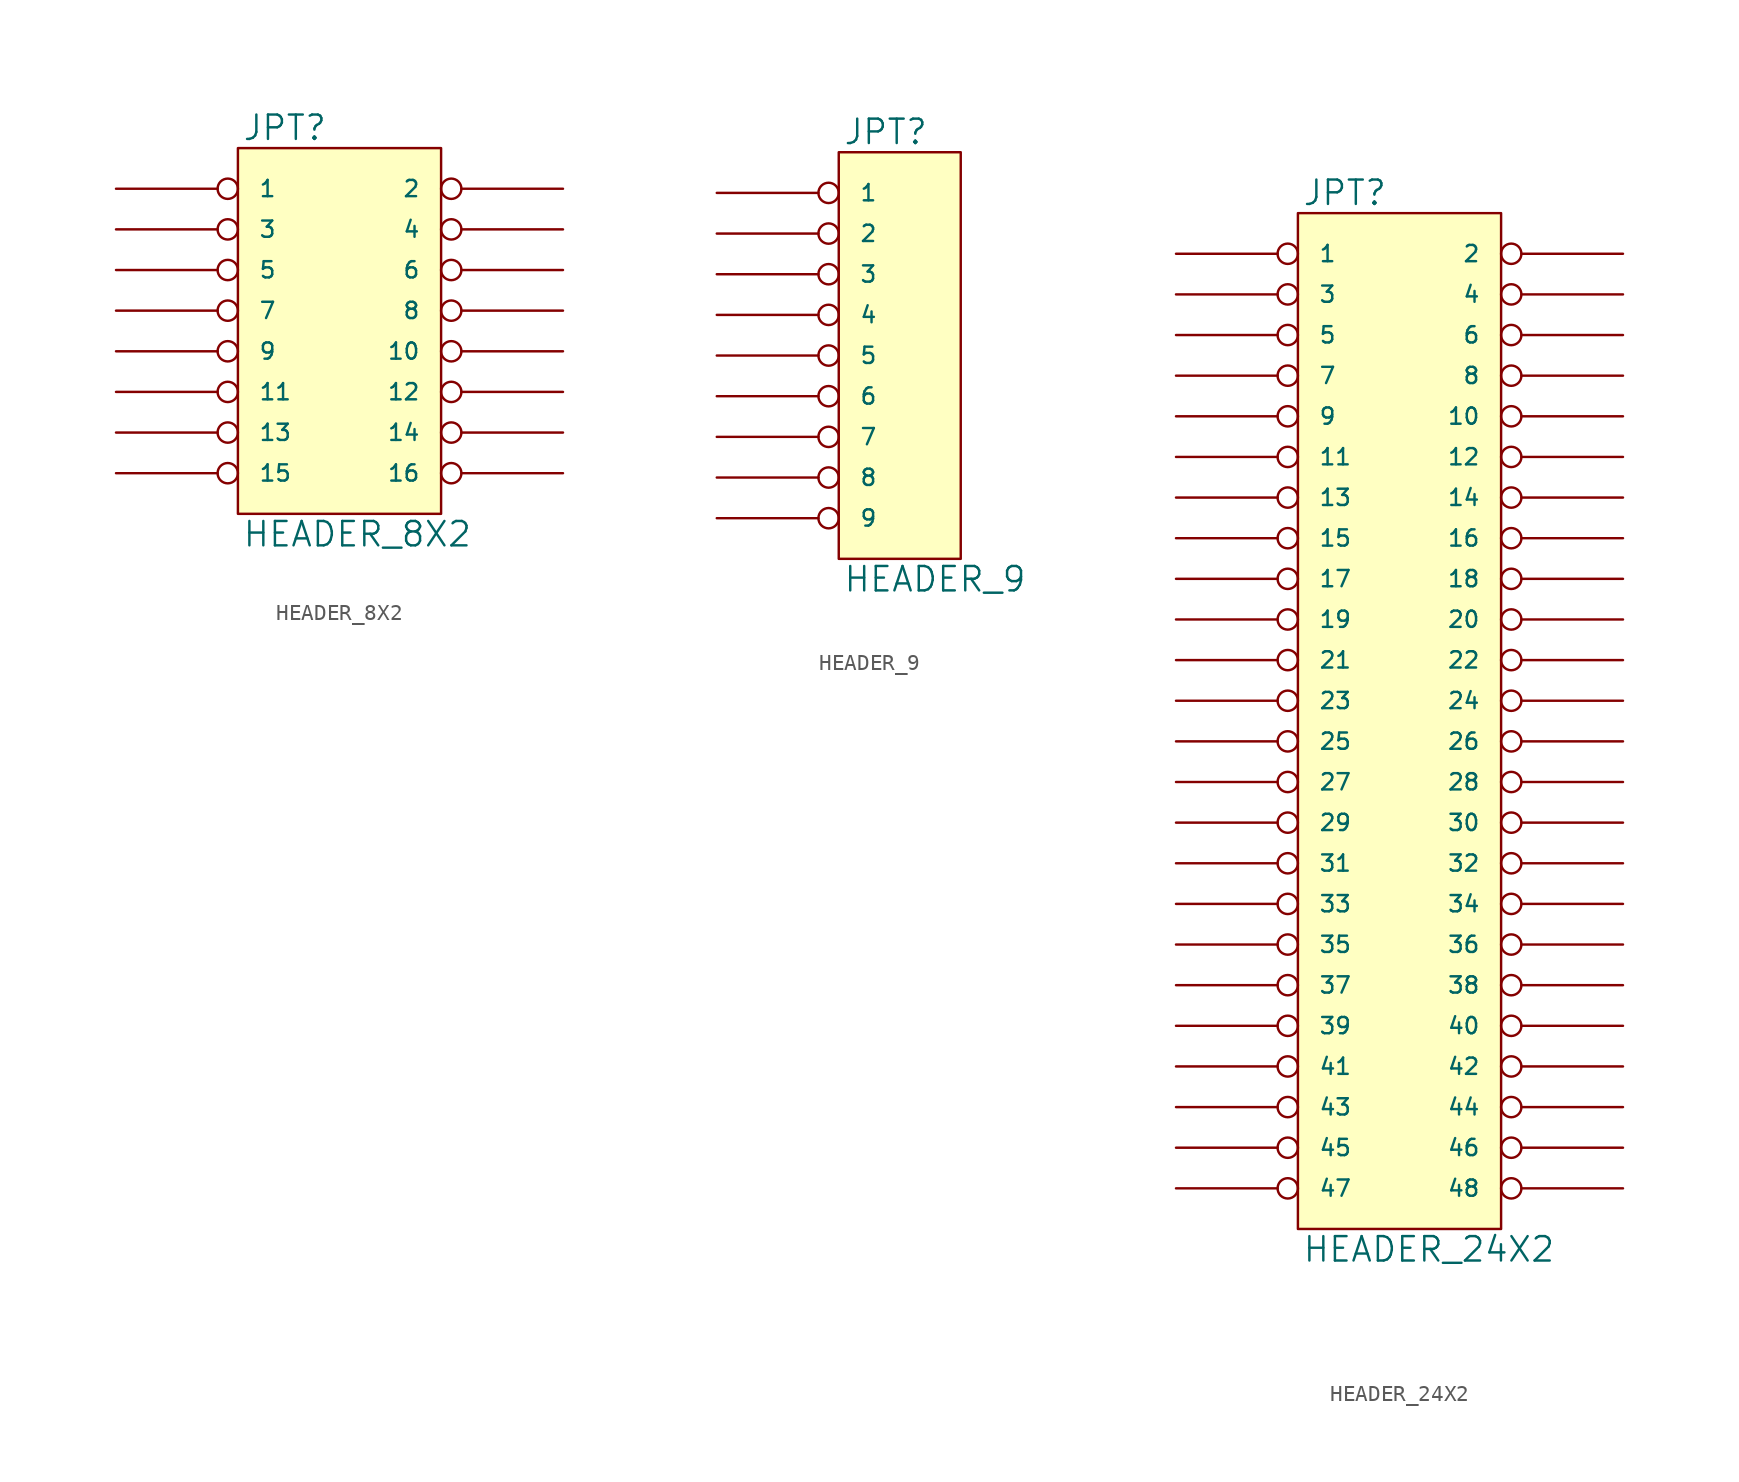
<source format=kicad_sym>
(kicad_symbol_lib
  (version 20231120)
  (generator "kicad_symbol_editor")
  (generator_version "8.0")
  (symbol "HEADER_8X2"
    (pin_names
      (offset 1.27))
    (property "Reference" "JPT"
      (at 0.254 0.381 0)
      (effects (font (size 1.524 1.524)) (justify left bottom)))
    (property "Value" "HEADER_8X2"
      (at 0.254 -23.241 0)
      (effects (font (size 1.524 1.524)) (justify left top)))
    (symbol "HEADER_8X2_0_1"
      (rectangle (start 0 0) (end 12.7 -22.86) (stroke (width 0) (type solid)) (fill (type background))))
    (symbol "HEADER_8X2_1_1"
      (pin passive inverted (at -7.62 -2.54 0) (length 7.62) (name "1" (effects (font (size 1.016 1.016)))) (number "~" (effects (font (size 1.27 1.27)))))
      (pin passive inverted (at 20.32 -12.7 180) (length 7.62) (name "10" (effects (font (size 1.016 1.016)))) (number "~" (effects (font (size 1.27 1.27)))))
      (pin passive inverted (at -7.62 -15.24 0) (length 7.62) (name "11" (effects (font (size 1.016 1.016)))) (number "~" (effects (font (size 1.27 1.27)))))
      (pin passive inverted (at 20.32 -15.24 180) (length 7.62) (name "12" (effects (font (size 1.016 1.016)))) (number "~" (effects (font (size 1.27 1.27)))))
      (pin passive inverted (at -7.62 -17.78 0) (length 7.62) (name "13" (effects (font (size 1.016 1.016)))) (number "~" (effects (font (size 1.27 1.27)))))
      (pin passive inverted (at 20.32 -17.78 180) (length 7.62) (name "14" (effects (font (size 1.016 1.016)))) (number "~" (effects (font (size 1.27 1.27)))))
      (pin passive inverted (at -7.62 -20.32 0) (length 7.62) (name "15" (effects (font (size 1.016 1.016)))) (number "~" (effects (font (size 1.27 1.27)))))
      (pin passive inverted (at 20.32 -20.32 180) (length 7.62) (name "16" (effects (font (size 1.016 1.016)))) (number "~" (effects (font (size 1.27 1.27)))))
      (pin passive inverted (at 20.32 -2.54 180) (length 7.62) (name "2" (effects (font (size 1.016 1.016)))) (number "~" (effects (font (size 1.27 1.27)))))
      (pin passive inverted (at -7.62 -5.08 0) (length 7.62) (name "3" (effects (font (size 1.016 1.016)))) (number "~" (effects (font (size 1.27 1.27)))))
      (pin passive inverted (at 20.32 -5.08 180) (length 7.62) (name "4" (effects (font (size 1.016 1.016)))) (number "~" (effects (font (size 1.27 1.27)))))
      (pin passive inverted (at -7.62 -7.62 0) (length 7.62) (name "5" (effects (font (size 1.016 1.016)))) (number "~" (effects (font (size 1.27 1.27)))))
      (pin passive inverted (at 20.32 -7.62 180) (length 7.62) (name "6" (effects (font (size 1.016 1.016)))) (number "~" (effects (font (size 1.27 1.27)))))
      (pin passive inverted (at -7.62 -10.16 0) (length 7.62) (name "7" (effects (font (size 1.016 1.016)))) (number "~" (effects (font (size 1.27 1.27)))))
      (pin passive inverted (at 20.32 -10.16 180) (length 7.62) (name "8" (effects (font (size 1.016 1.016)))) (number "~" (effects (font (size 1.27 1.27)))))
      (pin passive inverted (at -7.62 -12.7 0) (length 7.62) (name "9" (effects (font (size 1.016 1.016)))) (number "~" (effects (font (size 1.27 1.27)))))))
  (symbol "HEADER_9"
    (pin_names
      (offset 1.27))
    (property "Reference" "JPT"
      (at 0.254 0.381 0)
      (effects (font (size 1.524 1.524)) (justify left bottom)))
    (property "Value" "HEADER_9"
      (at 0.254 -25.781 0)
      (effects (font (size 1.524 1.524)) (justify left top)))
    (symbol "HEADER_9_0_1"
      (rectangle (start 0 0) (end 7.62 -25.4) (stroke (width 0) (type solid)) (fill (type background))))
    (symbol "HEADER_9_1_1"
      (pin passive inverted (at -7.62 -2.54 0) (length 7.62) (name "1" (effects (font (size 1.016 1.016)))) (number "~" (effects (font (size 1.27 1.27)))))
      (pin passive inverted (at -7.62 -5.08 0) (length 7.62) (name "2" (effects (font (size 1.016 1.016)))) (number "~" (effects (font (size 1.27 1.27)))))
      (pin passive inverted (at -7.62 -7.62 0) (length 7.62) (name "3" (effects (font (size 1.016 1.016)))) (number "~" (effects (font (size 1.27 1.27)))))
      (pin passive inverted (at -7.62 -10.16 0) (length 7.62) (name "4" (effects (font (size 1.016 1.016)))) (number "~" (effects (font (size 1.27 1.27)))))
      (pin passive inverted (at -7.62 -12.7 0) (length 7.62) (name "5" (effects (font (size 1.016 1.016)))) (number "~" (effects (font (size 1.27 1.27)))))
      (pin passive inverted (at -7.62 -15.24 0) (length 7.62) (name "6" (effects (font (size 1.016 1.016)))) (number "~" (effects (font (size 1.27 1.27)))))
      (pin passive inverted (at -7.62 -17.78 0) (length 7.62) (name "7" (effects (font (size 1.016 1.016)))) (number "~" (effects (font (size 1.27 1.27)))))
      (pin passive inverted (at -7.62 -20.32 0) (length 7.62) (name "8" (effects (font (size 1.016 1.016)))) (number "~" (effects (font (size 1.27 1.27)))))
      (pin passive inverted (at -7.62 -22.86 0) (length 7.62) (name "9" (effects (font (size 1.016 1.016)))) (number "~" (effects (font (size 1.27 1.27)))))))
  (symbol "HEADER_24X2"
    (pin_names
      (offset 1.27))
    (property "Reference" "JPT"
      (at 0.254 0.381 0)
      (effects (font (size 1.524 1.524)) (justify left bottom)))
    (property "Value" "HEADER_24X2"
      (at 0.254 -63.881 0)
      (effects (font (size 1.524 1.524)) (justify left top)))
    (symbol "HEADER_24X2_0_1"
      (rectangle (start 0 0) (end 12.7 -63.5) (stroke (width 0) (type solid)) (fill (type background))))
    (symbol "HEADER_24X2_1_1"
      (pin passive inverted (at -7.62 -2.54 0) (length 7.62) (name "1" (effects (font (size 1.016 1.016)))) (number "~" (effects (font (size 1.27 1.27)))))
      (pin passive inverted (at 20.32 -12.7 180) (length 7.62) (name "10" (effects (font (size 1.016 1.016)))) (number "~" (effects (font (size 1.27 1.27)))))
      (pin passive inverted (at -7.62 -15.24 0) (length 7.62) (name "11" (effects (font (size 1.016 1.016)))) (number "~" (effects (font (size 1.27 1.27)))))
      (pin passive inverted (at 20.32 -15.24 180) (length 7.62) (name "12" (effects (font (size 1.016 1.016)))) (number "~" (effects (font (size 1.27 1.27)))))
      (pin passive inverted (at -7.62 -17.78 0) (length 7.62) (name "13" (effects (font (size 1.016 1.016)))) (number "~" (effects (font (size 1.27 1.27)))))
      (pin passive inverted (at 20.32 -17.78 180) (length 7.62) (name "14" (effects (font (size 1.016 1.016)))) (number "~" (effects (font (size 1.27 1.27)))))
      (pin passive inverted (at -7.62 -20.32 0) (length 7.62) (name "15" (effects (font (size 1.016 1.016)))) (number "~" (effects (font (size 1.27 1.27)))))
      (pin passive inverted (at 20.32 -20.32 180) (length 7.62) (name "16" (effects (font (size 1.016 1.016)))) (number "~" (effects (font (size 1.27 1.27)))))
      (pin passive inverted (at -7.62 -22.86 0) (length 7.62) (name "17" (effects (font (size 1.016 1.016)))) (number "~" (effects (font (size 1.27 1.27)))))
      (pin passive inverted (at 20.32 -22.86 180) (length 7.62) (name "18" (effects (font (size 1.016 1.016)))) (number "~" (effects (font (size 1.27 1.27)))))
      (pin passive inverted (at -7.62 -25.4 0) (length 7.62) (name "19" (effects (font (size 1.016 1.016)))) (number "~" (effects (font (size 1.27 1.27)))))
      (pin passive inverted (at 20.32 -2.54 180) (length 7.62) (name "2" (effects (font (size 1.016 1.016)))) (number "~" (effects (font (size 1.27 1.27)))))
      (pin passive inverted (at 20.32 -25.4 180) (length 7.62) (name "20" (effects (font (size 1.016 1.016)))) (number "~" (effects (font (size 1.27 1.27)))))
      (pin passive inverted (at -7.62 -27.94 0) (length 7.62) (name "21" (effects (font (size 1.016 1.016)))) (number "~" (effects (font (size 1.27 1.27)))))
      (pin passive inverted (at 20.32 -27.94 180) (length 7.62) (name "22" (effects (font (size 1.016 1.016)))) (number "~" (effects (font (size 1.27 1.27)))))
      (pin passive inverted (at -7.62 -30.48 0) (length 7.62) (name "23" (effects (font (size 1.016 1.016)))) (number "~" (effects (font (size 1.27 1.27)))))
      (pin passive inverted (at 20.32 -30.48 180) (length 7.62) (name "24" (effects (font (size 1.016 1.016)))) (number "~" (effects (font (size 1.27 1.27)))))
      (pin passive inverted (at -7.62 -33.02 0) (length 7.62) (name "25" (effects (font (size 1.016 1.016)))) (number "~" (effects (font (size 1.27 1.27)))))
      (pin passive inverted (at 20.32 -33.02 180) (length 7.62) (name "26" (effects (font (size 1.016 1.016)))) (number "~" (effects (font (size 1.27 1.27)))))
      (pin passive inverted (at -7.62 -35.56 0) (length 7.62) (name "27" (effects (font (size 1.016 1.016)))) (number "~" (effects (font (size 1.27 1.27)))))
      (pin passive inverted (at 20.32 -35.56 180) (length 7.62) (name "28" (effects (font (size 1.016 1.016)))) (number "~" (effects (font (size 1.27 1.27)))))
      (pin passive inverted (at -7.62 -38.1 0) (length 7.62) (name "29" (effects (font (size 1.016 1.016)))) (number "~" (effects (font (size 1.27 1.27)))))
      (pin passive inverted (at -7.62 -5.08 0) (length 7.62) (name "3" (effects (font (size 1.016 1.016)))) (number "~" (effects (font (size 1.27 1.27)))))
      (pin passive inverted (at 20.32 -38.1 180) (length 7.62) (name "30" (effects (font (size 1.016 1.016)))) (number "~" (effects (font (size 1.27 1.27)))))
      (pin passive inverted (at -7.62 -40.64 0) (length 7.62) (name "31" (effects (font (size 1.016 1.016)))) (number "~" (effects (font (size 1.27 1.27)))))
      (pin passive inverted (at 20.32 -40.64 180) (length 7.62) (name "32" (effects (font (size 1.016 1.016)))) (number "~" (effects (font (size 1.27 1.27)))))
      (pin passive inverted (at -7.62 -43.18 0) (length 7.62) (name "33" (effects (font (size 1.016 1.016)))) (number "~" (effects (font (size 1.27 1.27)))))
      (pin passive inverted (at 20.32 -43.18 180) (length 7.62) (name "34" (effects (font (size 1.016 1.016)))) (number "~" (effects (font (size 1.27 1.27)))))
      (pin passive inverted (at -7.62 -45.72 0) (length 7.62) (name "35" (effects (font (size 1.016 1.016)))) (number "~" (effects (font (size 1.27 1.27)))))
      (pin passive inverted (at 20.32 -45.72 180) (length 7.62) (name "36" (effects (font (size 1.016 1.016)))) (number "~" (effects (font (size 1.27 1.27)))))
      (pin passive inverted (at -7.62 -48.26 0) (length 7.62) (name "37" (effects (font (size 1.016 1.016)))) (number "~" (effects (font (size 1.27 1.27)))))
      (pin passive inverted (at 20.32 -48.26 180) (length 7.62) (name "38" (effects (font (size 1.016 1.016)))) (number "~" (effects (font (size 1.27 1.27)))))
      (pin passive inverted (at -7.62 -50.8 0) (length 7.62) (name "39" (effects (font (size 1.016 1.016)))) (number "~" (effects (font (size 1.27 1.27)))))
      (pin passive inverted (at 20.32 -5.08 180) (length 7.62) (name "4" (effects (font (size 1.016 1.016)))) (number "~" (effects (font (size 1.27 1.27)))))
      (pin passive inverted (at 20.32 -50.8 180) (length 7.62) (name "40" (effects (font (size 1.016 1.016)))) (number "~" (effects (font (size 1.27 1.27)))))
      (pin passive inverted (at -7.62 -53.34 0) (length 7.62) (name "41" (effects (font (size 1.016 1.016)))) (number "~" (effects (font (size 1.27 1.27)))))
      (pin passive inverted (at 20.32 -53.34 180) (length 7.62) (name "42" (effects (font (size 1.016 1.016)))) (number "~" (effects (font (size 1.27 1.27)))))
      (pin passive inverted (at -7.62 -55.88 0) (length 7.62) (name "43" (effects (font (size 1.016 1.016)))) (number "~" (effects (font (size 1.27 1.27)))))
      (pin passive inverted (at 20.32 -55.88 180) (length 7.62) (name "44" (effects (font (size 1.016 1.016)))) (number "~" (effects (font (size 1.27 1.27)))))
      (pin passive inverted (at -7.62 -58.42 0) (length 7.62) (name "45" (effects (font (size 1.016 1.016)))) (number "~" (effects (font (size 1.27 1.27)))))
      (pin passive inverted (at 20.32 -58.42 180) (length 7.62) (name "46" (effects (font (size 1.016 1.016)))) (number "~" (effects (font (size 1.27 1.27)))))
      (pin passive inverted (at -7.62 -60.96 0) (length 7.62) (name "47" (effects (font (size 1.016 1.016)))) (number "~" (effects (font (size 1.27 1.27)))))
      (pin passive inverted (at 20.32 -60.96 180) (length 7.62) (name "48" (effects (font (size 1.016 1.016)))) (number "~" (effects (font (size 1.27 1.27)))))
      (pin passive inverted (at -7.62 -7.62 0) (length 7.62) (name "5" (effects (font (size 1.016 1.016)))) (number "~" (effects (font (size 1.27 1.27)))))
      (pin passive inverted (at 20.32 -7.62 180) (length 7.62) (name "6" (effects (font (size 1.016 1.016)))) (number "~" (effects (font (size 1.27 1.27)))))
      (pin passive inverted (at -7.62 -10.16 0) (length 7.62) (name "7" (effects (font (size 1.016 1.016)))) (number "~" (effects (font (size 1.27 1.27)))))
      (pin passive inverted (at 20.32 -10.16 180) (length 7.62) (name "8" (effects (font (size 1.016 1.016)))) (number "~" (effects (font (size 1.27 1.27)))))
      (pin passive inverted (at -7.62 -12.7 0) (length 7.62) (name "9" (effects (font (size 1.016 1.016)))) (number "~" (effects (font (size 1.27 1.27))))))))
</source>
